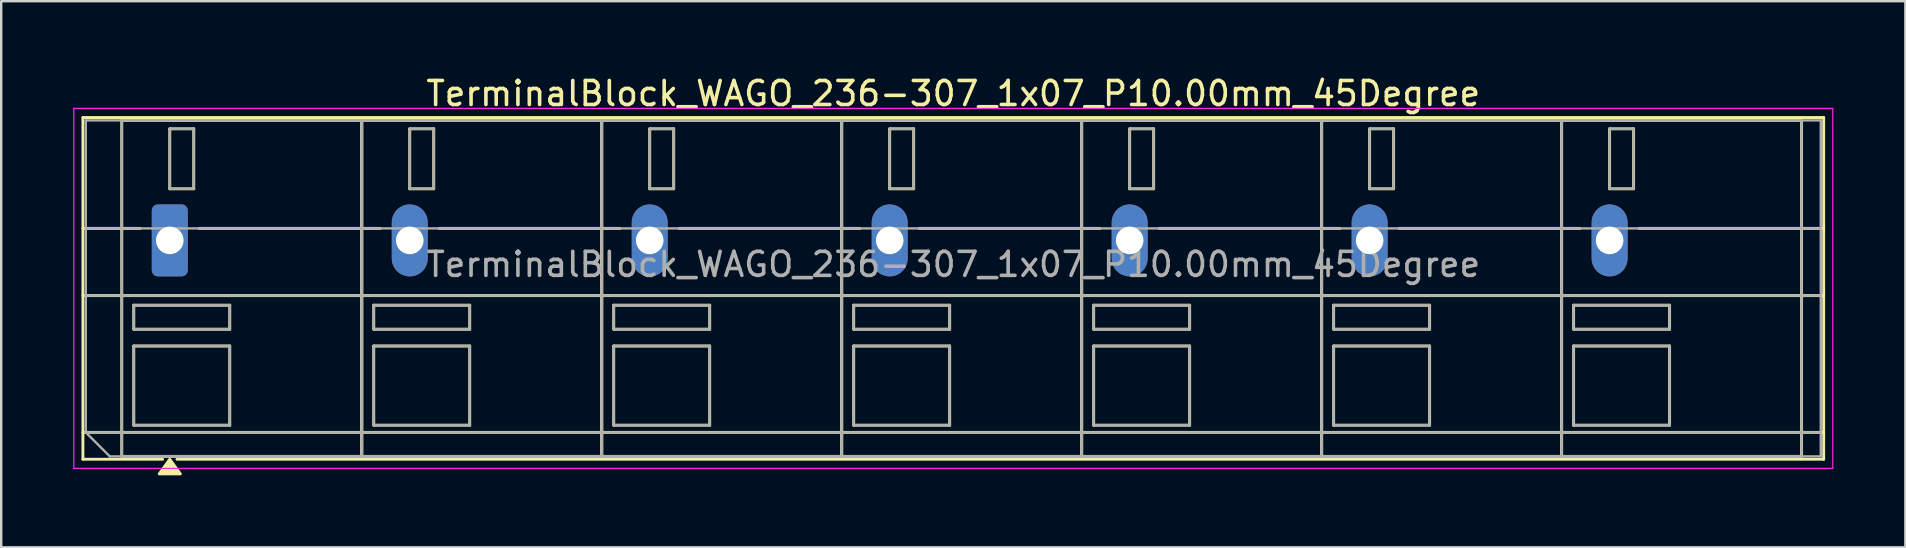
<source format=kicad_pcb>
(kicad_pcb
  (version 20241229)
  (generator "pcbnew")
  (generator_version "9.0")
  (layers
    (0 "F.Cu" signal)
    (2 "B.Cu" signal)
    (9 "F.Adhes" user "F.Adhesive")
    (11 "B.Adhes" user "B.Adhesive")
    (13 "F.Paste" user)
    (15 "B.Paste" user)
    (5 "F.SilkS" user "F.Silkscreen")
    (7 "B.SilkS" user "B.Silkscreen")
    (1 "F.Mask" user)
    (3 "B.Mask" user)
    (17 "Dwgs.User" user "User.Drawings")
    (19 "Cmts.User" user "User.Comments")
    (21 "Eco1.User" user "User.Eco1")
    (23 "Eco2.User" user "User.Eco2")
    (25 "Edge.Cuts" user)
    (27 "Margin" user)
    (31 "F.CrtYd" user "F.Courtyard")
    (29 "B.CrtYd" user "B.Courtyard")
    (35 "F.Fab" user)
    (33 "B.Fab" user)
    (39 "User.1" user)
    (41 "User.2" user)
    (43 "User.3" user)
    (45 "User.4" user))
  (footprint "TerminalBlock_WAGO_236-307_1x07_P10.00mm_45Degree"
    (layer "F.Cu")
    (at 4.025 6.968)
    (property "Reference" "TerminalBlock_WAGO_236-307_1x07_P10.00mm_45Degree" (at 32.65 -6.12 0) (layer "F.SilkS") (effects (font (size 1 1) (thickness 0.15))))
    (attr through_hole)
    (fp_line (start -3.62 -5.12) (end 68.92 -5.12) (stroke (width 0.12) (type solid)) (layer "F.SilkS"))
    (fp_line (start -3.62 -0.5) (end -1.23 -0.5) (stroke (width 0.12) (type solid)) (layer "F.SilkS"))
    (fp_line (start -3.62 2.3) (end 68.92 2.3) (stroke (width 0.12) (type solid)) (layer "F.SilkS"))
    (fp_line (start -3.62 8) (end 68.92 8) (stroke (width 0.12) (type solid)) (layer "F.SilkS"))
    (fp_line (start -3.62 9.12) (end -3.62 -5.12) (stroke (width 0.12) (type solid)) (layer "F.SilkS"))
    (fp_line (start -2 -5) (end 8 -5) (stroke (width 0.12) (type solid)) (layer "F.SilkS"))
    (fp_line (start -2 9) (end -2 -5) (stroke (width 0.12) (type solid)) (layer "F.SilkS"))
    (fp_line (start -1.5 2.7) (end 2.5 2.7) (stroke (width 0.12) (type solid)) (layer "F.SilkS"))
    (fp_line (start -1.5 3.7) (end -1.5 2.7) (stroke (width 0.12) (type solid)) (layer "F.SilkS"))
    (fp_line (start -1.5 4.4) (end 2.5 4.4) (stroke (width 0.12) (type solid)) (layer "F.SilkS"))
    (fp_line (start -1.5 7.7) (end -1.5 4.4) (stroke (width 0.12) (type solid)) (layer "F.SilkS"))
    (fp_line (start -0.3 9.12) (end -3.62 9.12) (stroke (width 0.12) (type solid)) (layer "F.SilkS"))
    (fp_line (start 0 -4.65) (end 1 -4.65) (stroke (width 0.12) (type solid)) (layer "F.SilkS"))
    (fp_line (start 0 -2.15) (end 0 -4.65) (stroke (width 0.12) (type solid)) (layer "F.SilkS"))
    (fp_line (start 1 -4.65) (end 1 -2.15) (stroke (width 0.12) (type solid)) (layer "F.SilkS"))
    (fp_line (start 1 -2.15) (end 0 -2.15) (stroke (width 0.12) (type solid)) (layer "F.SilkS"))
    (fp_line (start 1.23 -0.5) (end 8.77 -0.5) (stroke (width 0.12) (type solid)) (layer "F.SilkS"))
    (fp_line (start 2.5 2.7) (end 2.5 3.7) (stroke (width 0.12) (type solid)) (layer "F.SilkS"))
    (fp_line (start 2.5 3.7) (end -1.5 3.7) (stroke (width 0.12) (type solid)) (layer "F.SilkS"))
    (fp_line (start 2.5 4.4) (end 2.5 7.7) (stroke (width 0.12) (type solid)) (layer "F.SilkS"))
    (fp_line (start 2.5 7.7) (end -1.5 7.7) (stroke (width 0.12) (type solid)) (layer "F.SilkS"))
    (fp_line (start 8 -5) (end 8 9) (stroke (width 0.12) (type solid)) (layer "F.SilkS"))
    (fp_line (start 8 -5) (end 18 -5) (stroke (width 0.12) (type solid)) (layer "F.SilkS"))
    (fp_line (start 8 9) (end -2 9) (stroke (width 0.12) (type solid)) (layer "F.SilkS"))
    (fp_line (start 8 9) (end 8 -5) (stroke (width 0.12) (type solid)) (layer "F.SilkS"))
    (fp_line (start 8.5 2.7) (end 12.5 2.7) (stroke (width 0.12) (type solid)) (layer "F.SilkS"))
    (fp_line (start 8.5 3.7) (end 8.5 2.7) (stroke (width 0.12) (type solid)) (layer "F.SilkS"))
    (fp_line (start 8.5 4.4) (end 12.5 4.4) (stroke (width 0.12) (type solid)) (layer "F.SilkS"))
    (fp_line (start 8.5 7.7) (end 8.5 4.4) (stroke (width 0.12) (type solid)) (layer "F.SilkS"))
    (fp_line (start 10 -4.65) (end 11 -4.65) (stroke (width 0.12) (type solid)) (layer "F.SilkS"))
    (fp_line (start 10 -2.15) (end 10 -4.65) (stroke (width 0.12) (type solid)) (layer "F.SilkS"))
    (fp_line (start 11 -4.65) (end 11 -2.15) (stroke (width 0.12) (type solid)) (layer "F.SilkS"))
    (fp_line (start 11 -2.15) (end 10 -2.15) (stroke (width 0.12) (type solid)) (layer "F.SilkS"))
    (fp_line (start 11.23 -0.5) (end 18.77 -0.5) (stroke (width 0.12) (type solid)) (layer "F.SilkS"))
    (fp_line (start 12.5 2.7) (end 12.5 3.7) (stroke (width 0.12) (type solid)) (layer "F.SilkS"))
    (fp_line (start 12.5 3.7) (end 8.5 3.7) (stroke (width 0.12) (type solid)) (layer "F.SilkS"))
    (fp_line (start 12.5 4.4) (end 12.5 7.7) (stroke (width 0.12) (type solid)) (layer "F.SilkS"))
    (fp_line (start 12.5 7.7) (end 8.5 7.7) (stroke (width 0.12) (type solid)) (layer "F.SilkS"))
    (fp_line (start 18 -5) (end 18 9) (stroke (width 0.12) (type solid)) (layer "F.SilkS"))
    (fp_line (start 18 -5) (end 28 -5) (stroke (width 0.12) (type solid)) (layer "F.SilkS"))
    (fp_line (start 18 9) (end 8 9) (stroke (width 0.12) (type solid)) (layer "F.SilkS"))
    (fp_line (start 18 9) (end 18 -5) (stroke (width 0.12) (type solid)) (layer "F.SilkS"))
    (fp_line (start 18.5 2.7) (end 22.5 2.7) (stroke (width 0.12) (type solid)) (layer "F.SilkS"))
    (fp_line (start 18.5 3.7) (end 18.5 2.7) (stroke (width 0.12) (type solid)) (layer "F.SilkS"))
    (fp_line (start 18.5 4.4) (end 22.5 4.4) (stroke (width 0.12) (type solid)) (layer "F.SilkS"))
    (fp_line (start 18.5 7.7) (end 18.5 4.4) (stroke (width 0.12) (type solid)) (layer "F.SilkS"))
    (fp_line (start 20 -4.65) (end 21 -4.65) (stroke (width 0.12) (type solid)) (layer "F.SilkS"))
    (fp_line (start 20 -2.15) (end 20 -4.65) (stroke (width 0.12) (type solid)) (layer "F.SilkS"))
    (fp_line (start 21 -4.65) (end 21 -2.15) (stroke (width 0.12) (type solid)) (layer "F.SilkS"))
    (fp_line (start 21 -2.15) (end 20 -2.15) (stroke (width 0.12) (type solid)) (layer "F.SilkS"))
    (fp_line (start 21.23 -0.5) (end 28.77 -0.5) (stroke (width 0.12) (type solid)) (layer "F.SilkS"))
    (fp_line (start 22.5 2.7) (end 22.5 3.7) (stroke (width 0.12) (type solid)) (layer "F.SilkS"))
    (fp_line (start 22.5 3.7) (end 18.5 3.7) (stroke (width 0.12) (type solid)) (layer "F.SilkS"))
    (fp_line (start 22.5 4.4) (end 22.5 7.7) (stroke (width 0.12) (type solid)) (layer "F.SilkS"))
    (fp_line (start 22.5 7.7) (end 18.5 7.7) (stroke (width 0.12) (type solid)) (layer "F.SilkS"))
    (fp_line (start 28 -5) (end 28 9) (stroke (width 0.12) (type solid)) (layer "F.SilkS"))
    (fp_line (start 28 -5) (end 38 -5) (stroke (width 0.12) (type solid)) (layer "F.SilkS"))
    (fp_line (start 28 9) (end 18 9) (stroke (width 0.12) (type solid)) (layer "F.SilkS"))
    (fp_line (start 28 9) (end 28 -5) (stroke (width 0.12) (type solid)) (layer "F.SilkS"))
    (fp_line (start 28.5 2.7) (end 32.5 2.7) (stroke (width 0.12) (type solid)) (layer "F.SilkS"))
    (fp_line (start 28.5 3.7) (end 28.5 2.7) (stroke (width 0.12) (type solid)) (layer "F.SilkS"))
    (fp_line (start 28.5 4.4) (end 32.5 4.4) (stroke (width 0.12) (type solid)) (layer "F.SilkS"))
    (fp_line (start 28.5 7.7) (end 28.5 4.4) (stroke (width 0.12) (type solid)) (layer "F.SilkS"))
    (fp_line (start 30 -4.65) (end 31 -4.65) (stroke (width 0.12) (type solid)) (layer "F.SilkS"))
    (fp_line (start 30 -2.15) (end 30 -4.65) (stroke (width 0.12) (type solid)) (layer "F.SilkS"))
    (fp_line (start 31 -4.65) (end 31 -2.15) (stroke (width 0.12) (type solid)) (layer "F.SilkS"))
    (fp_line (start 31 -2.15) (end 30 -2.15) (stroke (width 0.12) (type solid)) (layer "F.SilkS"))
    (fp_line (start 31.23 -0.5) (end 38.77 -0.5) (stroke (width 0.12) (type solid)) (layer "F.SilkS"))
    (fp_line (start 32.5 2.7) (end 32.5 3.7) (stroke (width 0.12) (type solid)) (layer "F.SilkS"))
    (fp_line (start 32.5 3.7) (end 28.5 3.7) (stroke (width 0.12) (type solid)) (layer "F.SilkS"))
    (fp_line (start 32.5 4.4) (end 32.5 7.7) (stroke (width 0.12) (type solid)) (layer "F.SilkS"))
    (fp_line (start 32.5 7.7) (end 28.5 7.7) (stroke (width 0.12) (type solid)) (layer "F.SilkS"))
    (fp_line (start 38 -5) (end 38 9) (stroke (width 0.12) (type solid)) (layer "F.SilkS"))
    (fp_line (start 38 -5) (end 48 -5) (stroke (width 0.12) (type solid)) (layer "F.SilkS"))
    (fp_line (start 38 9) (end 28 9) (stroke (width 0.12) (type solid)) (layer "F.SilkS"))
    (fp_line (start 38 9) (end 38 -5) (stroke (width 0.12) (type solid)) (layer "F.SilkS"))
    (fp_line (start 38.5 2.7) (end 42.5 2.7) (stroke (width 0.12) (type solid)) (layer "F.SilkS"))
    (fp_line (start 38.5 3.7) (end 38.5 2.7) (stroke (width 0.12) (type solid)) (layer "F.SilkS"))
    (fp_line (start 38.5 4.4) (end 42.5 4.4) (stroke (width 0.12) (type solid)) (layer "F.SilkS"))
    (fp_line (start 38.5 7.7) (end 38.5 4.4) (stroke (width 0.12) (type solid)) (layer "F.SilkS"))
    (fp_line (start 40 -4.65) (end 41 -4.65) (stroke (width 0.12) (type solid)) (layer "F.SilkS"))
    (fp_line (start 40 -2.15) (end 40 -4.65) (stroke (width 0.12) (type solid)) (layer "F.SilkS"))
    (fp_line (start 41 -4.65) (end 41 -2.15) (stroke (width 0.12) (type solid)) (layer "F.SilkS"))
    (fp_line (start 41 -2.15) (end 40 -2.15) (stroke (width 0.12) (type solid)) (layer "F.SilkS"))
    (fp_line (start 41.23 -0.5) (end 48.77 -0.5) (stroke (width 0.12) (type solid)) (layer "F.SilkS"))
    (fp_line (start 42.5 2.7) (end 42.5 3.7) (stroke (width 0.12) (type solid)) (layer "F.SilkS"))
    (fp_line (start 42.5 3.7) (end 38.5 3.7) (stroke (width 0.12) (type solid)) (layer "F.SilkS"))
    (fp_line (start 42.5 4.4) (end 42.5 7.7) (stroke (width 0.12) (type solid)) (layer "F.SilkS"))
    (fp_line (start 42.5 7.7) (end 38.5 7.7) (stroke (width 0.12) (type solid)) (layer "F.SilkS"))
    (fp_line (start 48 -5) (end 48 9) (stroke (width 0.12) (type solid)) (layer "F.SilkS"))
    (fp_line (start 48 -5) (end 58 -5) (stroke (width 0.12) (type solid)) (layer "F.SilkS"))
    (fp_line (start 48 9) (end 38 9) (stroke (width 0.12) (type solid)) (layer "F.SilkS"))
    (fp_line (start 48 9) (end 48 -5) (stroke (width 0.12) (type solid)) (layer "F.SilkS"))
    (fp_line (start 48.5 2.7) (end 52.5 2.7) (stroke (width 0.12) (type solid)) (layer "F.SilkS"))
    (fp_line (start 48.5 3.7) (end 48.5 2.7) (stroke (width 0.12) (type solid)) (layer "F.SilkS"))
    (fp_line (start 48.5 4.4) (end 52.5 4.4) (stroke (width 0.12) (type solid)) (layer "F.SilkS"))
    (fp_line (start 48.5 7.7) (end 48.5 4.4) (stroke (width 0.12) (type solid)) (layer "F.SilkS"))
    (fp_line (start 50 -4.65) (end 51 -4.65) (stroke (width 0.12) (type solid)) (layer "F.SilkS"))
    (fp_line (start 50 -2.15) (end 50 -4.65) (stroke (width 0.12) (type solid)) (layer "F.SilkS"))
    (fp_line (start 51 -4.65) (end 51 -2.15) (stroke (width 0.12) (type solid)) (layer "F.SilkS"))
    (fp_line (start 51 -2.15) (end 50 -2.15) (stroke (width 0.12) (type solid)) (layer "F.SilkS"))
    (fp_line (start 51.23 -0.5) (end 58.77 -0.5) (stroke (width 0.12) (type solid)) (layer "F.SilkS"))
    (fp_line (start 52.5 2.7) (end 52.5 3.7) (stroke (width 0.12) (type solid)) (layer "F.SilkS"))
    (fp_line (start 52.5 3.7) (end 48.5 3.7) (stroke (width 0.12) (type solid)) (layer "F.SilkS"))
    (fp_line (start 52.5 4.4) (end 52.5 7.7) (stroke (width 0.12) (type solid)) (layer "F.SilkS"))
    (fp_line (start 52.5 7.7) (end 48.5 7.7) (stroke (width 0.12) (type solid)) (layer "F.SilkS"))
    (fp_line (start 58 -5) (end 58 9) (stroke (width 0.12) (type solid)) (layer "F.SilkS"))
    (fp_line (start 58 -5) (end 68 -5) (stroke (width 0.12) (type solid)) (layer "F.SilkS"))
    (fp_line (start 58 9) (end 48 9) (stroke (width 0.12) (type solid)) (layer "F.SilkS"))
    (fp_line (start 58 9) (end 58 -5) (stroke (width 0.12) (type solid)) (layer "F.SilkS"))
    (fp_line (start 58.5 2.7) (end 62.5 2.7) (stroke (width 0.12) (type solid)) (layer "F.SilkS"))
    (fp_line (start 58.5 3.7) (end 58.5 2.7) (stroke (width 0.12) (type solid)) (layer "F.SilkS"))
    (fp_line (start 58.5 4.4) (end 62.5 4.4) (stroke (width 0.12) (type solid)) (layer "F.SilkS"))
    (fp_line (start 58.5 7.7) (end 58.5 4.4) (stroke (width 0.12) (type solid)) (layer "F.SilkS"))
    (fp_line (start 60 -4.65) (end 61 -4.65) (stroke (width 0.12) (type solid)) (layer "F.SilkS"))
    (fp_line (start 60 -2.15) (end 60 -4.65) (stroke (width 0.12) (type solid)) (layer "F.SilkS"))
    (fp_line (start 61 -4.65) (end 61 -2.15) (stroke (width 0.12) (type solid)) (layer "F.SilkS"))
    (fp_line (start 61 -2.15) (end 60 -2.15) (stroke (width 0.12) (type solid)) (layer "F.SilkS"))
    (fp_line (start 61.23 -0.5) (end 68.92 -0.5) (stroke (width 0.12) (type solid)) (layer "F.SilkS"))
    (fp_line (start 62.5 2.7) (end 62.5 3.7) (stroke (width 0.12) (type solid)) (layer "F.SilkS"))
    (fp_line (start 62.5 3.7) (end 58.5 3.7) (stroke (width 0.12) (type solid)) (layer "F.SilkS"))
    (fp_line (start 62.5 4.4) (end 62.5 7.7) (stroke (width 0.12) (type solid)) (layer "F.SilkS"))
    (fp_line (start 62.5 7.7) (end 58.5 7.7) (stroke (width 0.12) (type solid)) (layer "F.SilkS"))
    (fp_line (start 68 -5) (end 68 9) (stroke (width 0.12) (type solid)) (layer "F.SilkS"))
    (fp_line (start 68 9) (end 58 9) (stroke (width 0.12) (type solid)) (layer "F.SilkS"))
    (fp_line (start 68.92 -5.12) (end 68.92 9.12) (stroke (width 0.12) (type solid)) (layer "F.SilkS"))
    (fp_line (start 68.92 9.12) (end 0.3 9.12) (stroke (width 0.12) (type solid)) (layer "F.SilkS"))
    (fp_poly (pts (xy 0 9.12) (xy 0.44 9.73) (xy -0.44 9.73)) (stroke (width 0.12) (type solid)) (fill yes) (layer "F.SilkS"))
    (fp_line (start -4 -5.5) (end -4 9.5) (stroke (width 0.05) (type solid)) (layer "F.CrtYd"))
    (fp_line (start -4 9.5) (end 69.3 9.5) (stroke (width 0.05) (type solid)) (layer "F.CrtYd"))
    (fp_line (start 69.3 -5.5) (end -4 -5.5) (stroke (width 0.05) (type solid)) (layer "F.CrtYd"))
    (fp_line (start 69.3 9.5) (end 69.3 -5.5) (stroke (width 0.05) (type solid)) (layer "F.CrtYd"))
    (fp_line (start -3.5 -5) (end 68.8 -5) (stroke (width 0.1) (type solid)) (layer "F.Fab"))
    (fp_line (start -3.5 -0.5) (end 68.8 -0.5) (stroke (width 0.1) (type solid)) (layer "F.Fab"))
    (fp_line (start -3.5 2.3) (end 68.8 2.3) (stroke (width 0.1) (type solid)) (layer "F.Fab"))
    (fp_line (start -3.5 8) (end -3.5 -5) (stroke (width 0.1) (type solid)) (layer "F.Fab"))
    (fp_line (start -3.5 8) (end 68.8 8) (stroke (width 0.1) (type solid)) (layer "F.Fab"))
    (fp_line (start -2.5 9) (end -3.5 8) (stroke (width 0.1) (type solid)) (layer "F.Fab"))
    (fp_line (start -2 -5) (end -2 9) (stroke (width 0.1) (type solid)) (layer "F.Fab"))
    (fp_line (start -2 9) (end 8 9) (stroke (width 0.1) (type solid)) (layer "F.Fab"))
    (fp_line (start -1.5 2.7) (end -1.5 3.7) (stroke (width 0.1) (type solid)) (layer "F.Fab"))
    (fp_line (start -1.5 3.7) (end 2.5 3.7) (stroke (width 0.1) (type solid)) (layer "F.Fab"))
    (fp_line (start -1.5 4.4) (end -1.5 7.7) (stroke (width 0.1) (type solid)) (layer "F.Fab"))
    (fp_line (start -1.5 7.7) (end 2.5 7.7) (stroke (width 0.1) (type solid)) (layer "F.Fab"))
    (fp_line (start 0 -4.65) (end 0 -2.15) (stroke (width 0.1) (type solid)) (layer "F.Fab"))
    (fp_line (start 0 -2.15) (end 1 -2.15) (stroke (width 0.1) (type solid)) (layer "F.Fab"))
    (fp_line (start 1 -4.65) (end 0 -4.65) (stroke (width 0.1) (type solid)) (layer "F.Fab"))
    (fp_line (start 1 -2.15) (end 1 -4.65) (stroke (width 0.1) (type solid)) (layer "F.Fab"))
    (fp_line (start 2.5 2.7) (end -1.5 2.7) (stroke (width 0.1) (type solid)) (layer "F.Fab"))
    (fp_line (start 2.5 3.7) (end 2.5 2.7) (stroke (width 0.1) (type solid)) (layer "F.Fab"))
    (fp_line (start 2.5 4.4) (end -1.5 4.4) (stroke (width 0.1) (type solid)) (layer "F.Fab"))
    (fp_line (start 2.5 7.7) (end 2.5 4.4) (stroke (width 0.1) (type solid)) (layer "F.Fab"))
    (fp_line (start 8 -5) (end -2 -5) (stroke (width 0.1) (type solid)) (layer "F.Fab"))
    (fp_line (start 8 -5) (end 8 9) (stroke (width 0.1) (type solid)) (layer "F.Fab"))
    (fp_line (start 8 9) (end 8 -5) (stroke (width 0.1) (type solid)) (layer "F.Fab"))
    (fp_line (start 8 9) (end 18 9) (stroke (width 0.1) (type solid)) (layer "F.Fab"))
    (fp_line (start 8.5 2.7) (end 8.5 3.7) (stroke (width 0.1) (type solid)) (layer "F.Fab"))
    (fp_line (start 8.5 3.7) (end 12.5 3.7) (stroke (width 0.1) (type solid)) (layer "F.Fab"))
    (fp_line (start 8.5 4.4) (end 8.5 7.7) (stroke (width 0.1) (type solid)) (layer "F.Fab"))
    (fp_line (start 8.5 7.7) (end 12.5 7.7) (stroke (width 0.1) (type solid)) (layer "F.Fab"))
    (fp_line (start 10 -4.65) (end 10 -2.15) (stroke (width 0.1) (type solid)) (layer "F.Fab"))
    (fp_line (start 10 -2.15) (end 11 -2.15) (stroke (width 0.1) (type solid)) (layer "F.Fab"))
    (fp_line (start 11 -4.65) (end 10 -4.65) (stroke (width 0.1) (type solid)) (layer "F.Fab"))
    (fp_line (start 11 -2.15) (end 11 -4.65) (stroke (width 0.1) (type solid)) (layer "F.Fab"))
    (fp_line (start 12.5 2.7) (end 8.5 2.7) (stroke (width 0.1) (type solid)) (layer "F.Fab"))
    (fp_line (start 12.5 3.7) (end 12.5 2.7) (stroke (width 0.1) (type solid)) (layer "F.Fab"))
    (fp_line (start 12.5 4.4) (end 8.5 4.4) (stroke (width 0.1) (type solid)) (layer "F.Fab"))
    (fp_line (start 12.5 7.7) (end 12.5 4.4) (stroke (width 0.1) (type solid)) (layer "F.Fab"))
    (fp_line (start 18 -5) (end 8 -5) (stroke (width 0.1) (type solid)) (layer "F.Fab"))
    (fp_line (start 18 -5) (end 18 9) (stroke (width 0.1) (type solid)) (layer "F.Fab"))
    (fp_line (start 18 9) (end 18 -5) (stroke (width 0.1) (type solid)) (layer "F.Fab"))
    (fp_line (start 18 9) (end 28 9) (stroke (width 0.1) (type solid)) (layer "F.Fab"))
    (fp_line (start 18.5 2.7) (end 18.5 3.7) (stroke (width 0.1) (type solid)) (layer "F.Fab"))
    (fp_line (start 18.5 3.7) (end 22.5 3.7) (stroke (width 0.1) (type solid)) (layer "F.Fab"))
    (fp_line (start 18.5 4.4) (end 18.5 7.7) (stroke (width 0.1) (type solid)) (layer "F.Fab"))
    (fp_line (start 18.5 7.7) (end 22.5 7.7) (stroke (width 0.1) (type solid)) (layer "F.Fab"))
    (fp_line (start 20 -4.65) (end 20 -2.15) (stroke (width 0.1) (type solid)) (layer "F.Fab"))
    (fp_line (start 20 -2.15) (end 21 -2.15) (stroke (width 0.1) (type solid)) (layer "F.Fab"))
    (fp_line (start 21 -4.65) (end 20 -4.65) (stroke (width 0.1) (type solid)) (layer "F.Fab"))
    (fp_line (start 21 -2.15) (end 21 -4.65) (stroke (width 0.1) (type solid)) (layer "F.Fab"))
    (fp_line (start 22.5 2.7) (end 18.5 2.7) (stroke (width 0.1) (type solid)) (layer "F.Fab"))
    (fp_line (start 22.5 3.7) (end 22.5 2.7) (stroke (width 0.1) (type solid)) (layer "F.Fab"))
    (fp_line (start 22.5 4.4) (end 18.5 4.4) (stroke (width 0.1) (type solid)) (layer "F.Fab"))
    (fp_line (start 22.5 7.7) (end 22.5 4.4) (stroke (width 0.1) (type solid)) (layer "F.Fab"))
    (fp_line (start 28 -5) (end 18 -5) (stroke (width 0.1) (type solid)) (layer "F.Fab"))
    (fp_line (start 28 -5) (end 28 9) (stroke (width 0.1) (type solid)) (layer "F.Fab"))
    (fp_line (start 28 9) (end 28 -5) (stroke (width 0.1) (type solid)) (layer "F.Fab"))
    (fp_line (start 28 9) (end 38 9) (stroke (width 0.1) (type solid)) (layer "F.Fab"))
    (fp_line (start 28.5 2.7) (end 28.5 3.7) (stroke (width 0.1) (type solid)) (layer "F.Fab"))
    (fp_line (start 28.5 3.7) (end 32.5 3.7) (stroke (width 0.1) (type solid)) (layer "F.Fab"))
    (fp_line (start 28.5 4.4) (end 28.5 7.7) (stroke (width 0.1) (type solid)) (layer "F.Fab"))
    (fp_line (start 28.5 7.7) (end 32.5 7.7) (stroke (width 0.1) (type solid)) (layer "F.Fab"))
    (fp_line (start 30 -4.65) (end 30 -2.15) (stroke (width 0.1) (type solid)) (layer "F.Fab"))
    (fp_line (start 30 -2.15) (end 31 -2.15) (stroke (width 0.1) (type solid)) (layer "F.Fab"))
    (fp_line (start 31 -4.65) (end 30 -4.65) (stroke (width 0.1) (type solid)) (layer "F.Fab"))
    (fp_line (start 31 -2.15) (end 31 -4.65) (stroke (width 0.1) (type solid)) (layer "F.Fab"))
    (fp_line (start 32.5 2.7) (end 28.5 2.7) (stroke (width 0.1) (type solid)) (layer "F.Fab"))
    (fp_line (start 32.5 3.7) (end 32.5 2.7) (stroke (width 0.1) (type solid)) (layer "F.Fab"))
    (fp_line (start 32.5 4.4) (end 28.5 4.4) (stroke (width 0.1) (type solid)) (layer "F.Fab"))
    (fp_line (start 32.5 7.7) (end 32.5 4.4) (stroke (width 0.1) (type solid)) (layer "F.Fab"))
    (fp_line (start 38 -5) (end 28 -5) (stroke (width 0.1) (type solid)) (layer "F.Fab"))
    (fp_line (start 38 -5) (end 38 9) (stroke (width 0.1) (type solid)) (layer "F.Fab"))
    (fp_line (start 38 9) (end 38 -5) (stroke (width 0.1) (type solid)) (layer "F.Fab"))
    (fp_line (start 38 9) (end 48 9) (stroke (width 0.1) (type solid)) (layer "F.Fab"))
    (fp_line (start 38.5 2.7) (end 38.5 3.7) (stroke (width 0.1) (type solid)) (layer "F.Fab"))
    (fp_line (start 38.5 3.7) (end 42.5 3.7) (stroke (width 0.1) (type solid)) (layer "F.Fab"))
    (fp_line (start 38.5 4.4) (end 38.5 7.7) (stroke (width 0.1) (type solid)) (layer "F.Fab"))
    (fp_line (start 38.5 7.7) (end 42.5 7.7) (stroke (width 0.1) (type solid)) (layer "F.Fab"))
    (fp_line (start 40 -4.65) (end 40 -2.15) (stroke (width 0.1) (type solid)) (layer "F.Fab"))
    (fp_line (start 40 -2.15) (end 41 -2.15) (stroke (width 0.1) (type solid)) (layer "F.Fab"))
    (fp_line (start 41 -4.65) (end 40 -4.65) (stroke (width 0.1) (type solid)) (layer "F.Fab"))
    (fp_line (start 41 -2.15) (end 41 -4.65) (stroke (width 0.1) (type solid)) (layer "F.Fab"))
    (fp_line (start 42.5 2.7) (end 38.5 2.7) (stroke (width 0.1) (type solid)) (layer "F.Fab"))
    (fp_line (start 42.5 3.7) (end 42.5 2.7) (stroke (width 0.1) (type solid)) (layer "F.Fab"))
    (fp_line (start 42.5 4.4) (end 38.5 4.4) (stroke (width 0.1) (type solid)) (layer "F.Fab"))
    (fp_line (start 42.5 7.7) (end 42.5 4.4) (stroke (width 0.1) (type solid)) (layer "F.Fab"))
    (fp_line (start 48 -5) (end 38 -5) (stroke (width 0.1) (type solid)) (layer "F.Fab"))
    (fp_line (start 48 -5) (end 48 9) (stroke (width 0.1) (type solid)) (layer "F.Fab"))
    (fp_line (start 48 9) (end 48 -5) (stroke (width 0.1) (type solid)) (layer "F.Fab"))
    (fp_line (start 48 9) (end 58 9) (stroke (width 0.1) (type solid)) (layer "F.Fab"))
    (fp_line (start 48.5 2.7) (end 48.5 3.7) (stroke (width 0.1) (type solid)) (layer "F.Fab"))
    (fp_line (start 48.5 3.7) (end 52.5 3.7) (stroke (width 0.1) (type solid)) (layer "F.Fab"))
    (fp_line (start 48.5 4.4) (end 48.5 7.7) (stroke (width 0.1) (type solid)) (layer "F.Fab"))
    (fp_line (start 48.5 7.7) (end 52.5 7.7) (stroke (width 0.1) (type solid)) (layer "F.Fab"))
    (fp_line (start 50 -4.65) (end 50 -2.15) (stroke (width 0.1) (type solid)) (layer "F.Fab"))
    (fp_line (start 50 -2.15) (end 51 -2.15) (stroke (width 0.1) (type solid)) (layer "F.Fab"))
    (fp_line (start 51 -4.65) (end 50 -4.65) (stroke (width 0.1) (type solid)) (layer "F.Fab"))
    (fp_line (start 51 -2.15) (end 51 -4.65) (stroke (width 0.1) (type solid)) (layer "F.Fab"))
    (fp_line (start 52.5 2.7) (end 48.5 2.7) (stroke (width 0.1) (type solid)) (layer "F.Fab"))
    (fp_line (start 52.5 3.7) (end 52.5 2.7) (stroke (width 0.1) (type solid)) (layer "F.Fab"))
    (fp_line (start 52.5 4.4) (end 48.5 4.4) (stroke (width 0.1) (type solid)) (layer "F.Fab"))
    (fp_line (start 52.5 7.7) (end 52.5 4.4) (stroke (width 0.1) (type solid)) (layer "F.Fab"))
    (fp_line (start 58 -5) (end 48 -5) (stroke (width 0.1) (type solid)) (layer "F.Fab"))
    (fp_line (start 58 -5) (end 58 9) (stroke (width 0.1) (type solid)) (layer "F.Fab"))
    (fp_line (start 58 9) (end 58 -5) (stroke (width 0.1) (type solid)) (layer "F.Fab"))
    (fp_line (start 58 9) (end 68 9) (stroke (width 0.1) (type solid)) (layer "F.Fab"))
    (fp_line (start 58.5 2.7) (end 58.5 3.7) (stroke (width 0.1) (type solid)) (layer "F.Fab"))
    (fp_line (start 58.5 3.7) (end 62.5 3.7) (stroke (width 0.1) (type solid)) (layer "F.Fab"))
    (fp_line (start 58.5 4.4) (end 58.5 7.7) (stroke (width 0.1) (type solid)) (layer "F.Fab"))
    (fp_line (start 58.5 7.7) (end 62.5 7.7) (stroke (width 0.1) (type solid)) (layer "F.Fab"))
    (fp_line (start 60 -4.65) (end 60 -2.15) (stroke (width 0.1) (type solid)) (layer "F.Fab"))
    (fp_line (start 60 -2.15) (end 61 -2.15) (stroke (width 0.1) (type solid)) (layer "F.Fab"))
    (fp_line (start 61 -4.65) (end 60 -4.65) (stroke (width 0.1) (type solid)) (layer "F.Fab"))
    (fp_line (start 61 -2.15) (end 61 -4.65) (stroke (width 0.1) (type solid)) (layer "F.Fab"))
    (fp_line (start 62.5 2.7) (end 58.5 2.7) (stroke (width 0.1) (type solid)) (layer "F.Fab"))
    (fp_line (start 62.5 3.7) (end 62.5 2.7) (stroke (width 0.1) (type solid)) (layer "F.Fab"))
    (fp_line (start 62.5 4.4) (end 58.5 4.4) (stroke (width 0.1) (type solid)) (layer "F.Fab"))
    (fp_line (start 62.5 7.7) (end 62.5 4.4) (stroke (width 0.1) (type solid)) (layer "F.Fab"))
    (fp_line (start 68 -5) (end 58 -5) (stroke (width 0.1) (type solid)) (layer "F.Fab"))
    (fp_line (start 68 9) (end 68 -5) (stroke (width 0.1) (type solid)) (layer "F.Fab"))
    (fp_line (start 68.8 -5) (end 68.8 9) (stroke (width 0.1) (type solid)) (layer "F.Fab"))
    (fp_line (start 68.8 9) (end -2.5 9) (stroke (width 0.1) (type solid)) (layer "F.Fab"))
    (fp_text user "${REFERENCE}" (at 32.65 1 0) (layer "F.Fab") (effects (font (size 1 1) (thickness 0.15))))
    (pad "1" thru_hole roundrect (at 0 0) (size 1.5 3) (drill 1.15) (layers "*.Cu" "*.Mask") (roundrect_rratio 0.167))
    (pad "2" thru_hole oval (at 10 0) (size 1.5 3) (drill 1.15) (layers "*.Cu" "*.Mask"))
    (pad "3" thru_hole oval (at 20 0) (size 1.5 3) (drill 1.15) (layers "*.Cu" "*.Mask"))
    (pad "4" thru_hole oval (at 30 0) (size 1.5 3) (drill 1.15) (layers "*.Cu" "*.Mask"))
    (pad "5" thru_hole oval (at 40 0) (size 1.5 3) (drill 1.15) (layers "*.Cu" "*.Mask"))
    (pad "6" thru_hole oval (at 50 0) (size 1.5 3) (drill 1.15) (layers "*.Cu" "*.Mask"))
    (pad "7" thru_hole oval (at 60 0) (size 1.5 3) (drill 1.15) (layers "*.Cu" "*.Mask")))
  (gr_rect
    (start -3 -3)
    (end 76.35 19.758)
    (stroke (width 0.1) (type default))
    (fill no)
    (layer "Edge.Cuts")))
</source>
